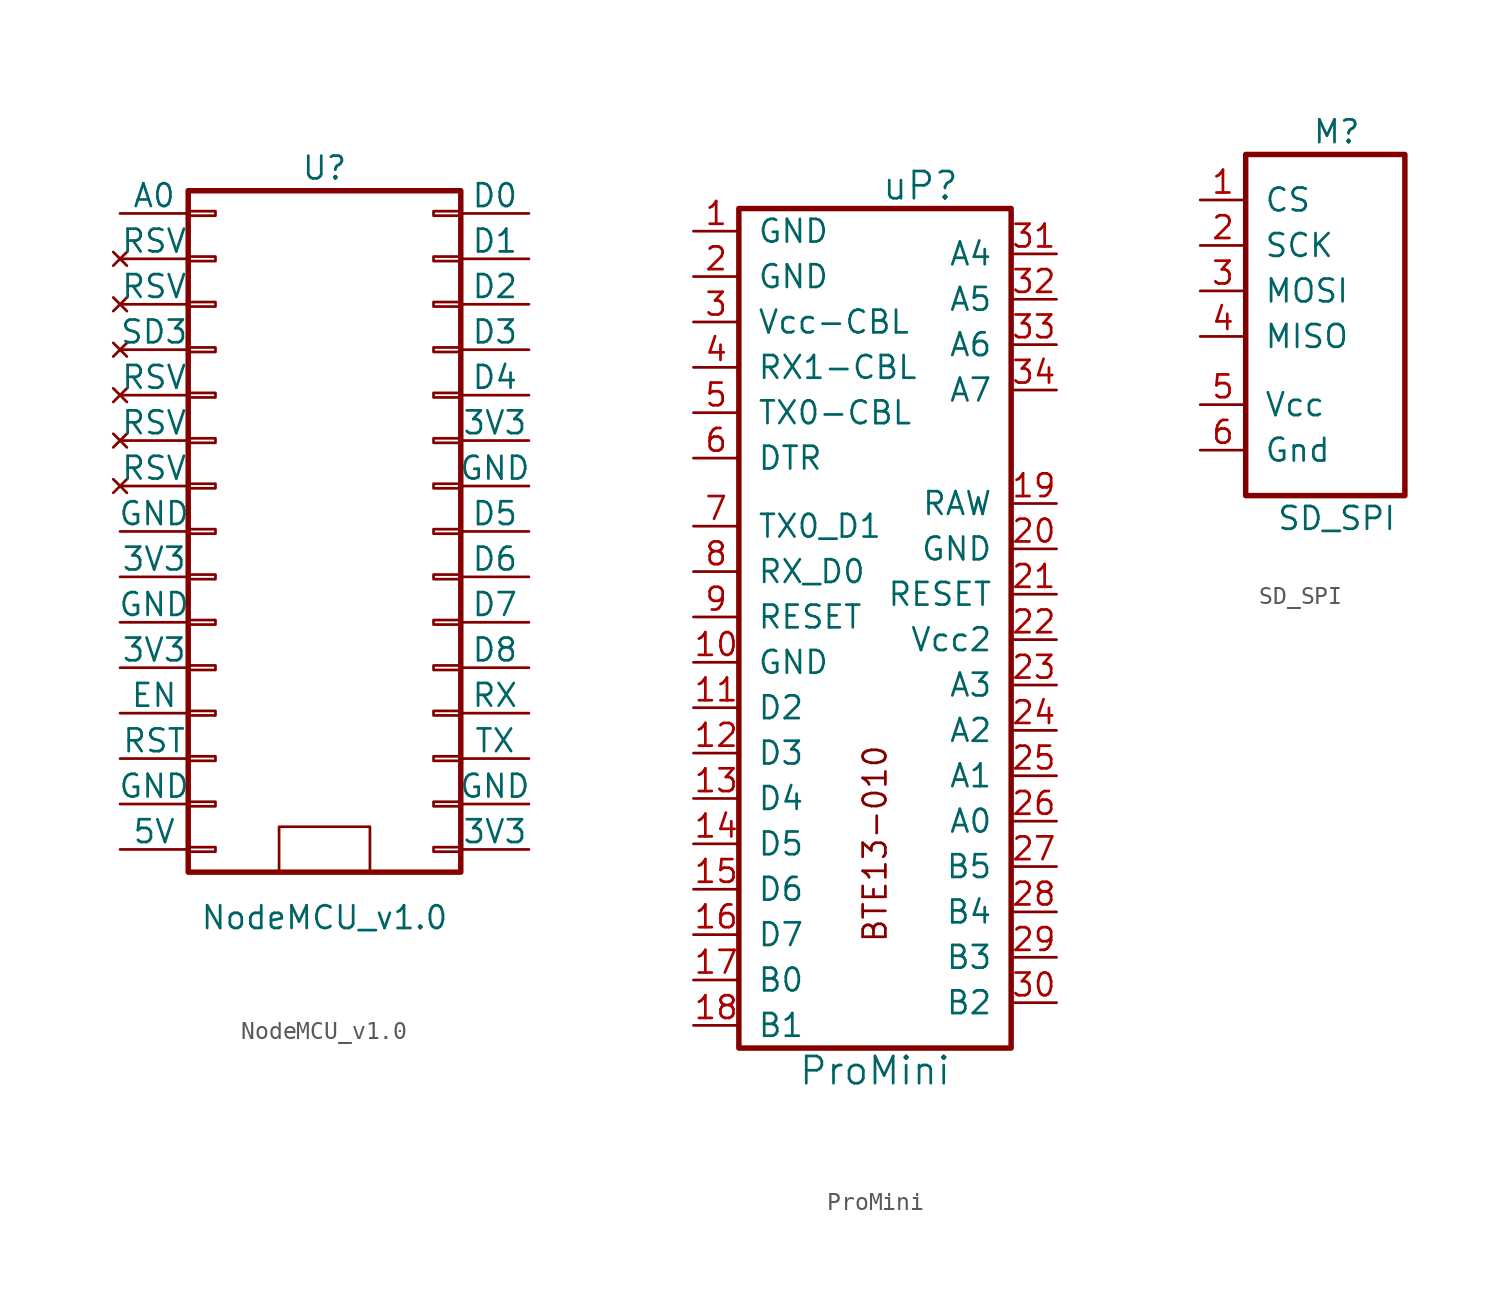
<source format=kicad_sym>
(kicad_symbol_lib
  (version 20220914)
  (generator kicad_symbol_editor)
  (symbol "NodeMCU_v1.0"
    (pin_numbers hide)
    (pin_names
      (offset 0))
    (property "Reference" "U"
      (at 0 20.32 0)
      (effects (font (size 1.27 1.27))))
    (property "Value" "NodeMCU_v1.0"
      (at 0 -21.59 0)
      (effects (font (size 1.27 1.27))))
    (property "Footprint" ""
      (at 6.35 0 0)
      (effects (font (size 1.27 1.27))))
    (property "Datasheet" ""
      (at 6.35 0 0)
      (effects (font (size 1.27 1.27))))
    (symbol "NodeMCU_v1.0_0_1"
      (rectangle (start -7.62 -17.653) (end -6.096 -17.907) (stroke (width 0) (type solid)) (fill (type none)))
      (rectangle (start -7.62 -15.113) (end -6.096 -15.367) (stroke (width 0) (type solid)) (fill (type none)))
      (rectangle (start -7.62 -12.573) (end -6.096 -12.827) (stroke (width 0) (type solid)) (fill (type none)))
      (rectangle (start -7.62 -10.033) (end -6.096 -10.287) (stroke (width 0) (type solid)) (fill (type none)))
      (rectangle (start -7.62 -7.493) (end -6.096 -7.747) (stroke (width 0) (type solid)) (fill (type none)))
      (rectangle (start -7.62 -4.953) (end -6.096 -5.207) (stroke (width 0) (type solid)) (fill (type none)))
      (rectangle (start -7.62 -2.413) (end -6.096 -2.667) (stroke (width 0) (type solid)) (fill (type none)))
      (rectangle (start -7.62 0.127) (end -6.096 -0.127) (stroke (width 0) (type solid)) (fill (type none)))
      (rectangle (start -7.62 2.667) (end -6.096 2.413) (stroke (width 0) (type solid)) (fill (type none)))
      (rectangle (start -7.62 5.207) (end -6.096 4.953) (stroke (width 0) (type solid)) (fill (type none)))
      (rectangle (start -7.62 7.747) (end -6.096 7.493) (stroke (width 0) (type solid)) (fill (type none)))
      (rectangle (start -7.62 10.287) (end -6.096 10.033) (stroke (width 0) (type solid)) (fill (type none)))
      (rectangle (start -7.62 12.827) (end -6.096 12.573) (stroke (width 0) (type solid)) (fill (type none)))
      (rectangle (start -7.62 15.367) (end -6.096 15.113) (stroke (width 0) (type solid)) (fill (type none)))
      (rectangle (start -7.62 17.907) (end -6.096 17.653) (stroke (width 0) (type solid)) (fill (type none)))
      (rectangle (start -7.62 19.05) (end 7.62 -19.05) (stroke (width 0.305) (type solid)) (fill (type none)))
      (rectangle (start 2.54 -16.51) (end -2.54 -19.05) (stroke (width 0) (type solid)) (fill (type none)))
      (rectangle (start 7.62 -17.653) (end 6.096 -17.907) (stroke (width 0) (type solid)) (fill (type none)))
      (rectangle (start 7.62 -15.113) (end 6.096 -15.367) (stroke (width 0) (type solid)) (fill (type none)))
      (rectangle (start 7.62 -12.573) (end 6.096 -12.827) (stroke (width 0) (type solid)) (fill (type none)))
      (rectangle (start 7.62 -10.033) (end 6.096 -10.287) (stroke (width 0) (type solid)) (fill (type none)))
      (rectangle (start 7.62 -7.493) (end 6.096 -7.747) (stroke (width 0) (type solid)) (fill (type none)))
      (rectangle (start 7.62 -4.953) (end 6.096 -5.207) (stroke (width 0) (type solid)) (fill (type none)))
      (rectangle (start 7.62 -2.413) (end 6.096 -2.667) (stroke (width 0) (type solid)) (fill (type none)))
      (rectangle (start 7.62 0.127) (end 6.096 -0.127) (stroke (width 0) (type solid)) (fill (type none)))
      (rectangle (start 7.62 2.667) (end 6.096 2.413) (stroke (width 0) (type solid)) (fill (type none)))
      (rectangle (start 7.62 5.207) (end 6.096 4.953) (stroke (width 0) (type solid)) (fill (type none)))
      (rectangle (start 7.62 7.747) (end 6.096 7.493) (stroke (width 0) (type solid)) (fill (type none)))
      (rectangle (start 7.62 10.287) (end 6.096 10.033) (stroke (width 0) (type solid)) (fill (type none)))
      (rectangle (start 7.62 12.827) (end 6.096 12.573) (stroke (width 0) (type solid)) (fill (type none)))
      (rectangle (start 7.62 15.367) (end 6.096 15.113) (stroke (width 0) (type solid)) (fill (type none)))
      (rectangle (start 7.62 17.907) (end 6.096 17.653) (stroke (width 0) (type solid)) (fill (type none))))
    (symbol "NodeMCU_v1.0_1_1"
      (pin bidirectional line (at -11.43 17.78 0) (length 3.81) (name "A0" (effects (font (size 1.27 1.27)))) (number "1" (effects (font (size 1.27 1.27)))))
      (pin passive line (at -11.43 -5.08 0) (length 3.81) (name "GND" (effects (font (size 1.27 1.27)))) (number "10" (effects (font (size 1.27 1.27)))))
      (pin passive line (at -11.43 -7.62 0) (length 3.81) (name "3V3" (effects (font (size 1.27 1.27)))) (number "11" (effects (font (size 1.27 1.27)))))
      (pin tri_state line (at -11.43 -10.16 0) (length 3.81) (name "EN" (effects (font (size 1.27 1.27)))) (number "12" (effects (font (size 1.27 1.27)))))
      (pin input line (at -11.43 -12.7 0) (length 3.81) (name "RST" (effects (font (size 1.27 1.27)))) (number "13" (effects (font (size 1.27 1.27)))))
      (pin power_in line (at -11.43 -15.24 0) (length 3.81) (name "GND" (effects (font (size 1.27 1.27)))) (number "14" (effects (font (size 1.27 1.27)))))
      (pin power_in line (at -11.43 -17.78 0) (length 3.81) (name "5V" (effects (font (size 1.27 1.27)))) (number "15" (effects (font (size 1.27 1.27)))))
      (pin passive line (at 11.43 -17.78 180) (length 3.81) (name "3V3" (effects (font (size 1.27 1.27)))) (number "16" (effects (font (size 1.27 1.27)))))
      (pin passive line (at 11.43 -15.24 180) (length 3.81) (name "GND" (effects (font (size 1.27 1.27)))) (number "17" (effects (font (size 1.27 1.27)))))
      (pin tri_state line (at 11.43 -12.7 180) (length 3.81) (name "TX" (effects (font (size 1.27 1.27)))) (number "18" (effects (font (size 1.27 1.27)))))
      (pin tri_state line (at 11.43 -10.16 180) (length 3.81) (name "RX" (effects (font (size 1.27 1.27)))) (number "19" (effects (font (size 1.27 1.27)))))
      (pin no_connect line (at -11.43 15.24 0) (length 3.81) (name "RSV" (effects (font (size 1.27 1.27)))) (number "2" (effects (font (size 1.27 1.27)))))
      (pin bidirectional line (at 11.43 -7.62 180) (length 3.81) (name "D8" (effects (font (size 1.27 1.27)))) (number "20" (effects (font (size 1.27 1.27)))))
      (pin bidirectional line (at 11.43 -5.08 180) (length 3.81) (name "D7" (effects (font (size 1.27 1.27)))) (number "21" (effects (font (size 1.27 1.27)))))
      (pin bidirectional line (at 11.43 -2.54 180) (length 3.81) (name "D6" (effects (font (size 1.27 1.27)))) (number "22" (effects (font (size 1.27 1.27)))))
      (pin bidirectional line (at 11.43 0 180) (length 3.81) (name "D5" (effects (font (size 1.27 1.27)))) (number "23" (effects (font (size 1.27 1.27)))))
      (pin passive line (at 11.43 2.54 180) (length 3.81) (name "GND" (effects (font (size 1.27 1.27)))) (number "24" (effects (font (size 1.27 1.27)))))
      (pin power_in line (at 11.43 5.08 180) (length 3.81) (name "3V3" (effects (font (size 1.27 1.27)))) (number "25" (effects (font (size 1.27 1.27)))))
      (pin bidirectional line (at 11.43 7.62 180) (length 3.81) (name "D4" (effects (font (size 1.27 1.27)))) (number "26" (effects (font (size 1.27 1.27)))))
      (pin bidirectional line (at 11.43 10.16 180) (length 3.81) (name "D3" (effects (font (size 1.27 1.27)))) (number "27" (effects (font (size 1.27 1.27)))))
      (pin bidirectional line (at 11.43 12.7 180) (length 3.81) (name "D2" (effects (font (size 1.27 1.27)))) (number "28" (effects (font (size 1.27 1.27)))))
      (pin bidirectional line (at 11.43 15.24 180) (length 3.81) (name "D1" (effects (font (size 1.27 1.27)))) (number "29" (effects (font (size 1.27 1.27)))))
      (pin no_connect line (at -11.43 12.7 0) (length 3.81) (name "RSV" (effects (font (size 1.27 1.27)))) (number "3" (effects (font (size 1.27 1.27)))))
      (pin bidirectional line (at 11.43 17.78 180) (length 3.81) (name "D0" (effects (font (size 1.27 1.27)))) (number "30" (effects (font (size 1.27 1.27)))))
      (pin no_connect line (at -11.43 10.16 0) (length 3.81) (name "SD3" (effects (font (size 1.27 1.27)))) (number "4" (effects (font (size 1.27 1.27)))))
      (pin no_connect line (at -11.43 7.62 0) (length 3.81) (name "RSV" (effects (font (size 1.27 1.27)))) (number "5" (effects (font (size 1.27 1.27)))))
      (pin no_connect line (at -11.43 5.08 0) (length 3.81) (name "RSV" (effects (font (size 1.27 1.27)))) (number "6" (effects (font (size 1.27 1.27)))))
      (pin no_connect line (at -11.43 2.54 0) (length 3.81) (name "RSV" (effects (font (size 1.27 1.27)))) (number "7" (effects (font (size 1.27 1.27)))))
      (pin passive line (at -11.43 0 0) (length 3.81) (name "GND" (effects (font (size 1.27 1.27)))) (number "8" (effects (font (size 1.27 1.27)))))
      (pin passive line (at -11.43 -2.54 0) (length 3.81) (name "3V3" (effects (font (size 1.27 1.27)))) (number "9" (effects (font (size 1.27 1.27)))))))
  (symbol "ProMini"
    (pin_names
      (offset 1.016))
    (property "Reference" "uP"
      (at -12.7 -8.89 0)
      (effects (font (size 1.524 1.524))))
    (property "Value" "ProMini"
      (at -15.24 -58.42 0)
      (effects (font (size 1.524 1.524))))
    (property "Footprint" ""
      (at -15.24 -58.42 0)
      (effects (font (size 1.524 1.524))))
    (property "Datasheet" ""
      (at -15.24 -58.42 0)
      (effects (font (size 1.524 1.524))))
    (symbol "ProMini_0_1"
      (rectangle (start -22.86 -10.16) (end -7.62 -57.15) (stroke (width 0.305) (type solid)) (fill (type none))))
    (symbol "ProMini_1_0"
      (text "BTE13-010" (at -15.24 -45.72 900) (effects (font (size 1.27 1.27)))))
    (symbol "ProMini_1_1"
      (pin unspecified line (at -25.4 -11.43 0) (length 2.54) (name "GND" (effects (font (size 1.27 1.27)))) (number "1" (effects (font (size 1.27 1.27)))))
      (pin unspecified line (at -25.4 -35.56 0) (length 2.54) (name "GND" (effects (font (size 1.27 1.27)))) (number "10" (effects (font (size 1.27 1.27)))))
      (pin bidirectional line (at -25.4 -38.1 0) (length 2.54) (name "D2" (effects (font (size 1.27 1.27)))) (number "11" (effects (font (size 1.27 1.27)))))
      (pin bidirectional line (at -25.4 -40.64 0) (length 2.54) (name "D3" (effects (font (size 1.27 1.27)))) (number "12" (effects (font (size 1.27 1.27)))))
      (pin bidirectional line (at -25.4 -43.18 0) (length 2.54) (name "D4" (effects (font (size 1.27 1.27)))) (number "13" (effects (font (size 1.27 1.27)))))
      (pin bidirectional line (at -25.4 -45.72 0) (length 2.54) (name "D5" (effects (font (size 1.27 1.27)))) (number "14" (effects (font (size 1.27 1.27)))))
      (pin bidirectional line (at -25.4 -48.26 0) (length 2.54) (name "D6" (effects (font (size 1.27 1.27)))) (number "15" (effects (font (size 1.27 1.27)))))
      (pin bidirectional line (at -25.4 -50.8 0) (length 2.54) (name "D7" (effects (font (size 1.27 1.27)))) (number "16" (effects (font (size 1.27 1.27)))))
      (pin bidirectional line (at -25.4 -53.34 0) (length 2.54) (name "B0" (effects (font (size 1.27 1.27)))) (number "17" (effects (font (size 1.27 1.27)))))
      (pin bidirectional line (at -25.4 -55.88 0) (length 2.54) (name "B1" (effects (font (size 1.27 1.27)))) (number "18" (effects (font (size 1.27 1.27)))))
      (pin unspecified line (at -5.08 -26.67 180) (length 2.54) (name "RAW" (effects (font (size 1.27 1.27)))) (number "19" (effects (font (size 1.27 1.27)))))
      (pin unspecified line (at -25.4 -13.97 0) (length 2.54) (name "GND" (effects (font (size 1.27 1.27)))) (number "2" (effects (font (size 1.27 1.27)))))
      (pin unspecified line (at -5.08 -29.21 180) (length 2.54) (name "GND" (effects (font (size 1.27 1.27)))) (number "20" (effects (font (size 1.27 1.27)))))
      (pin input line (at -5.08 -31.75 180) (length 2.54) (name "RESET" (effects (font (size 1.27 1.27)))) (number "21" (effects (font (size 1.27 1.27)))))
      (pin unspecified line (at -5.08 -34.29 180) (length 2.54) (name "Vcc2" (effects (font (size 1.27 1.27)))) (number "22" (effects (font (size 1.27 1.27)))))
      (pin bidirectional line (at -5.08 -36.83 180) (length 2.54) (name "A3" (effects (font (size 1.27 1.27)))) (number "23" (effects (font (size 1.27 1.27)))))
      (pin bidirectional line (at -5.08 -39.37 180) (length 2.54) (name "A2" (effects (font (size 1.27 1.27)))) (number "24" (effects (font (size 1.27 1.27)))))
      (pin bidirectional line (at -5.08 -41.91 180) (length 2.54) (name "A1" (effects (font (size 1.27 1.27)))) (number "25" (effects (font (size 1.27 1.27)))))
      (pin bidirectional line (at -5.08 -44.45 180) (length 2.54) (name "A0" (effects (font (size 1.27 1.27)))) (number "26" (effects (font (size 1.27 1.27)))))
      (pin bidirectional line (at -5.08 -46.99 180) (length 2.54) (name "B5" (effects (font (size 1.27 1.27)))) (number "27" (effects (font (size 1.27 1.27)))))
      (pin input line (at -5.08 -49.53 180) (length 2.54) (name "B4" (effects (font (size 1.27 1.27)))) (number "28" (effects (font (size 1.27 1.27)))))
      (pin bidirectional line (at -5.08 -52.07 180) (length 2.54) (name "B3" (effects (font (size 1.27 1.27)))) (number "29" (effects (font (size 1.27 1.27)))))
      (pin power_in line (at -25.4 -16.51 0) (length 2.54) (name "Vcc-CBL" (effects (font (size 1.27 1.27)))) (number "3" (effects (font (size 1.27 1.27)))))
      (pin bidirectional line (at -5.08 -54.61 180) (length 2.54) (name "B2" (effects (font (size 1.27 1.27)))) (number "30" (effects (font (size 1.27 1.27)))))
      (pin input line (at -5.08 -12.7 180) (length 2.54) (name "A4" (effects (font (size 1.27 1.27)))) (number "31" (effects (font (size 1.27 1.27)))))
      (pin bidirectional line (at -5.08 -15.24 180) (length 2.54) (name "A5" (effects (font (size 1.27 1.27)))) (number "32" (effects (font (size 1.27 1.27)))))
      (pin input line (at -5.08 -17.78 180) (length 2.54) (name "A6" (effects (font (size 1.27 1.27)))) (number "33" (effects (font (size 1.27 1.27)))))
      (pin input line (at -5.08 -20.32 180) (length 2.54) (name "A7" (effects (font (size 1.27 1.27)))) (number "34" (effects (font (size 1.27 1.27)))))
      (pin unspecified line (at -25.4 -19.05 0) (length 2.54) (name "RX1-CBL" (effects (font (size 1.27 1.27)))) (number "4" (effects (font (size 1.27 1.27)))))
      (pin unspecified line (at -25.4 -21.59 0) (length 2.54) (name "TX0-CBL" (effects (font (size 1.27 1.27)))) (number "5" (effects (font (size 1.27 1.27)))))
      (pin unspecified line (at -25.4 -24.13 0) (length 2.54) (name "DTR" (effects (font (size 1.27 1.27)))) (number "6" (effects (font (size 1.27 1.27)))))
      (pin bidirectional line (at -25.4 -27.94 0) (length 2.54) (name "TX0_D1" (effects (font (size 1.27 1.27)))) (number "7" (effects (font (size 1.27 1.27)))))
      (pin bidirectional line (at -25.4 -30.48 0) (length 2.54) (name "RX_D0" (effects (font (size 1.27 1.27)))) (number "8" (effects (font (size 1.27 1.27)))))
      (pin input line (at -25.4 -33.02 0) (length 2.54) (name "RESET" (effects (font (size 1.27 1.27)))) (number "9" (effects (font (size 1.27 1.27)))))))
  (symbol "SD_SPI"
    (pin_names
      (offset 1.016))
    (property "Reference" "M"
      (at 3.81 12.7 0)
      (effects (font (size 1.27 1.27))))
    (property "Value" "SD_SPI"
      (at 3.81 -8.89 0)
      (effects (font (size 1.27 1.27))))
    (symbol "SD_SPI_0_0"
      (pin input line (at -3.81 8.89 0) (length 2.54) (name "CS" (effects (font (size 1.27 1.27)))) (number "1" (effects (font (size 1.27 1.27)))))
      (pin input line (at -3.81 6.35 0) (length 2.54) (name "SCK" (effects (font (size 1.27 1.27)))) (number "2" (effects (font (size 1.27 1.27)))))
      (pin input line (at -3.81 3.81 0) (length 2.54) (name "MOSI" (effects (font (size 1.27 1.27)))) (number "3" (effects (font (size 1.27 1.27)))))
      (pin output line (at -3.81 1.27 0) (length 2.54) (name "MISO" (effects (font (size 1.27 1.27)))) (number "4" (effects (font (size 1.27 1.27)))))
      (pin power_in line (at -3.81 -2.54 0) (length 2.54) (name "Vcc" (effects (font (size 1.27 1.27)))) (number "5" (effects (font (size 1.27 1.27)))))
      (pin power_in line (at -3.81 -5.08 0) (length 2.54) (name "Gnd" (effects (font (size 1.27 1.27)))) (number "6" (effects (font (size 1.27 1.27))))))
    (symbol "SD_SPI_0_1"
      (rectangle (start -1.27 11.43) (end 7.62 -7.62) (stroke (width 0.305) (type solid)) (fill (type none))))))
</source>
